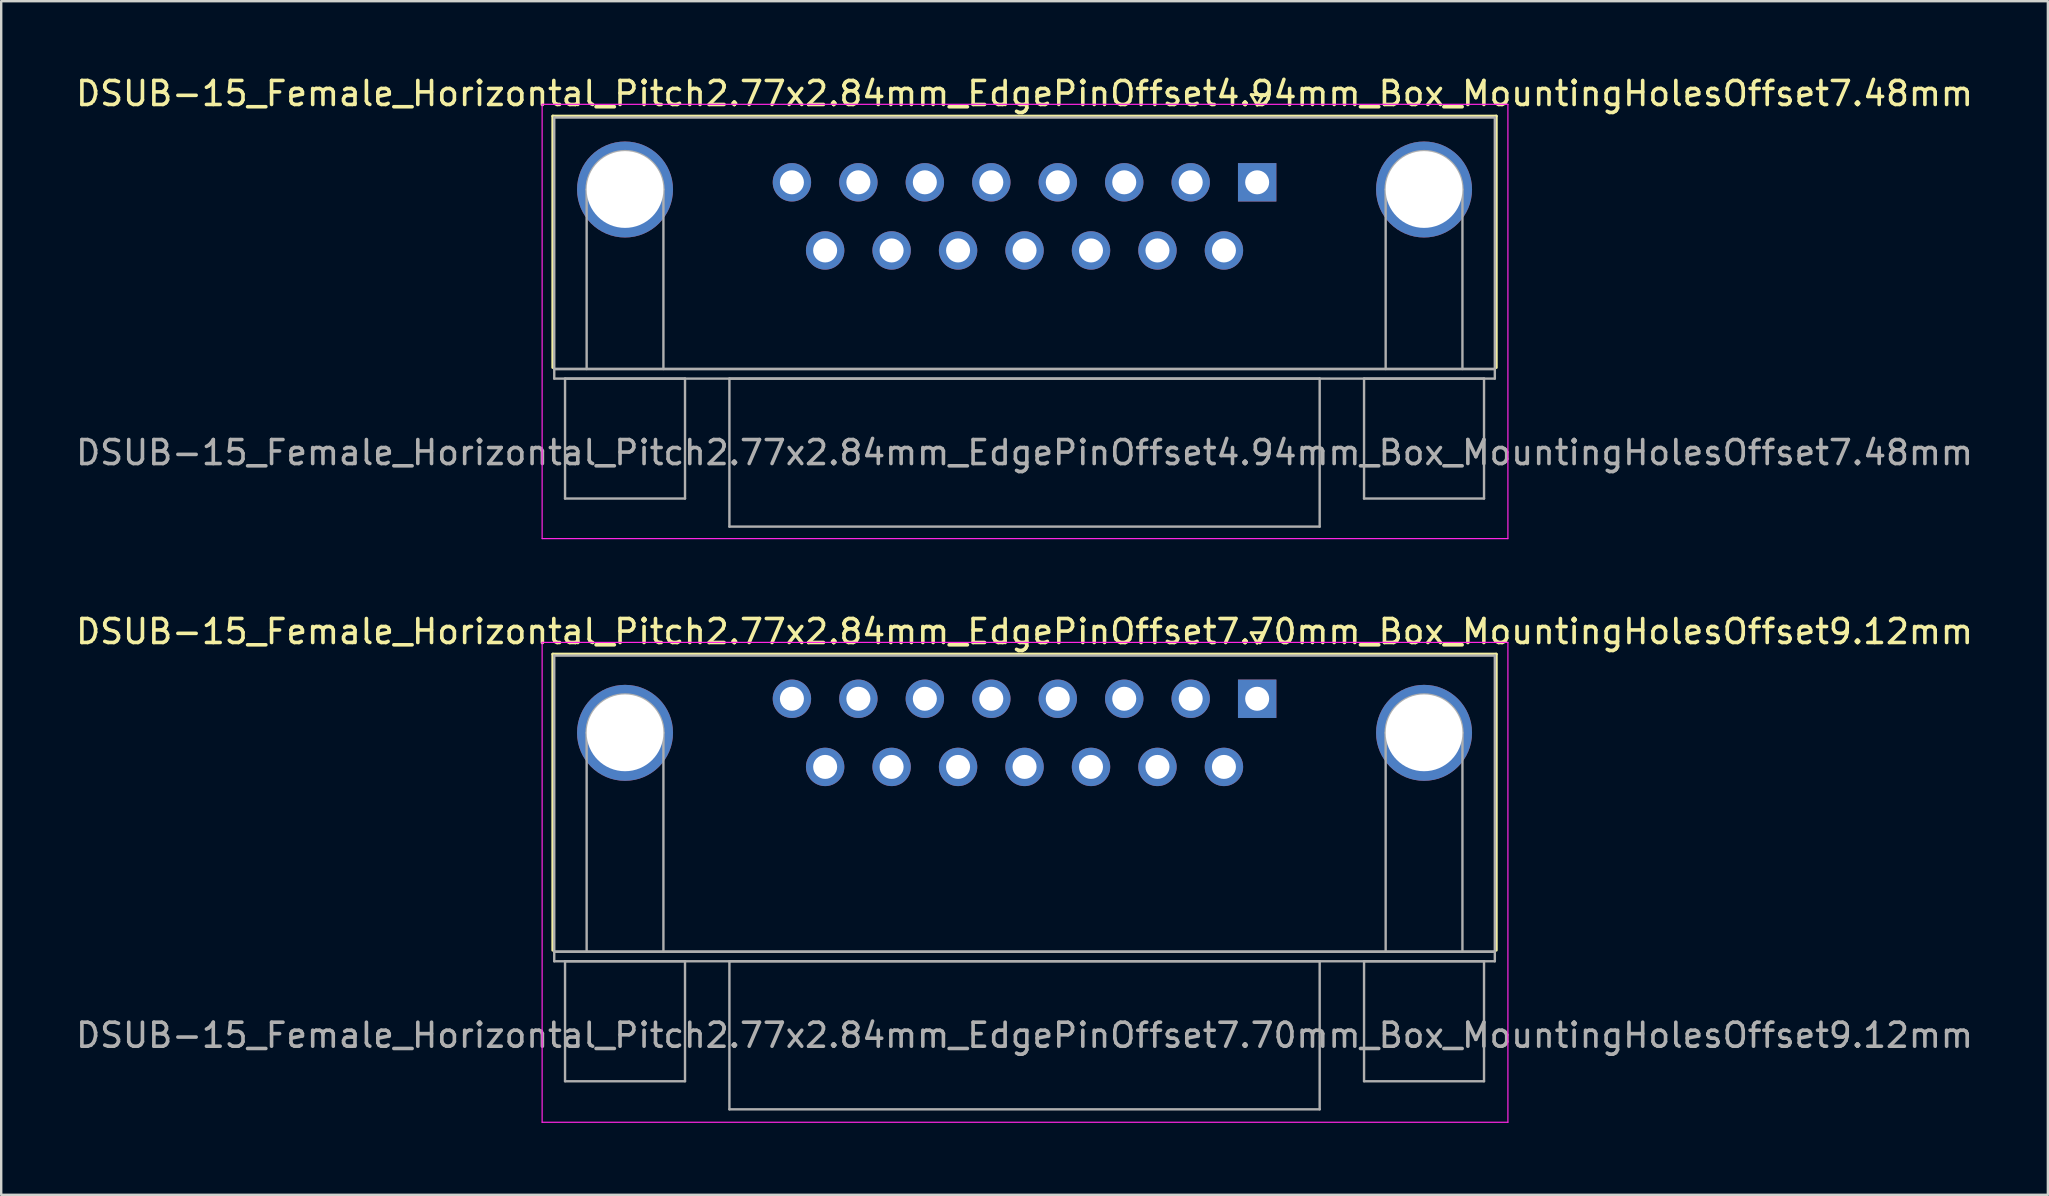
<source format=kicad_pcb>
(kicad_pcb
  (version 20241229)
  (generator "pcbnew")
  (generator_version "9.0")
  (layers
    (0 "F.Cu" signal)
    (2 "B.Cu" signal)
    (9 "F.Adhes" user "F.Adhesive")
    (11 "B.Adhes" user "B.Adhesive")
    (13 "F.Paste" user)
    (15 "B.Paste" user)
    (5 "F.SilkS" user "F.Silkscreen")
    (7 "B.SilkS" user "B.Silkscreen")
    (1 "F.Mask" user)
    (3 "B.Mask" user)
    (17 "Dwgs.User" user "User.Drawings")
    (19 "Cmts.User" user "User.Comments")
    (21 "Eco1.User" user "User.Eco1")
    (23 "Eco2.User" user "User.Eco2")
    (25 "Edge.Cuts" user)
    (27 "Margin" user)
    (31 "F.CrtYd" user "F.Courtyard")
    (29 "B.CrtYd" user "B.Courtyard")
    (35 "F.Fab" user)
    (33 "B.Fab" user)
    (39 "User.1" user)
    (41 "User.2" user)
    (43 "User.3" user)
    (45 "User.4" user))
  (footprint "DSUB-15_Female_Horizontal_Pitch2.77x2.84mm_EdgePinOffset7.70mm_Box_MountingHolesOffset9.12mm"
    (layer "F.Cu")
    (at 49.344 26.072)
    (property "Reference" "DSUB-15_Female_Horizontal_Pitch2.77x2.84mm_EdgePinOffset7.70mm_Box_MountingHolesOffset9.12mm" (at -9.695 -2.8 0) (layer "F.SilkS") (effects (font (size 1 1) (thickness 0.15))))
    (attr through_hole)
    (fp_line (start -29.355 -1.86) (end 9.965 -1.86) (stroke (width 0.12) (type solid)) (layer "F.SilkS"))
    (fp_line (start -29.355 10.48) (end -29.355 -1.86) (stroke (width 0.12) (type solid)) (layer "F.SilkS"))
    (fp_line (start -0.25 -2.754) (end 0.25 -2.754) (stroke (width 0.12) (type solid)) (layer "F.SilkS"))
    (fp_line (start 0 -2.321) (end -0.25 -2.754) (stroke (width 0.12) (type solid)) (layer "F.SilkS"))
    (fp_line (start 0.25 -2.754) (end 0 -2.321) (stroke (width 0.12) (type solid)) (layer "F.SilkS"))
    (fp_line (start 9.965 -1.86) (end 9.965 10.48) (stroke (width 0.12) (type solid)) (layer "F.SilkS"))
    (fp_line (start -29.8 -2.35) (end -29.8 17.65) (stroke (width 0.05) (type solid)) (layer "F.CrtYd"))
    (fp_line (start -29.8 17.65) (end 10.45 17.65) (stroke (width 0.05) (type solid)) (layer "F.CrtYd"))
    (fp_line (start 10.45 -2.35) (end -29.8 -2.35) (stroke (width 0.05) (type solid)) (layer "F.CrtYd"))
    (fp_line (start 10.45 17.65) (end 10.45 -2.35) (stroke (width 0.05) (type solid)) (layer "F.CrtYd"))
    (fp_line (start -29.295 -1.8) (end -29.295 10.54) (stroke (width 0.1) (type solid)) (layer "F.Fab"))
    (fp_line (start -29.295 10.54) (end -29.295 10.94) (stroke (width 0.1) (type solid)) (layer "F.Fab"))
    (fp_line (start -29.295 10.54) (end 9.905 10.54) (stroke (width 0.1) (type solid)) (layer "F.Fab"))
    (fp_line (start -29.295 10.94) (end 9.905 10.94) (stroke (width 0.1) (type solid)) (layer "F.Fab"))
    (fp_line (start -28.845 10.94) (end -28.845 15.94) (stroke (width 0.1) (type solid)) (layer "F.Fab"))
    (fp_line (start -28.845 15.94) (end -23.845 15.94) (stroke (width 0.1) (type solid)) (layer "F.Fab"))
    (fp_line (start -27.945 10.54) (end -27.945 1.42) (stroke (width 0.1) (type solid)) (layer "F.Fab"))
    (fp_line (start -24.745 10.54) (end -24.745 1.42) (stroke (width 0.1) (type solid)) (layer "F.Fab"))
    (fp_line (start -23.845 10.94) (end -28.845 10.94) (stroke (width 0.1) (type solid)) (layer "F.Fab"))
    (fp_line (start -23.845 15.94) (end -23.845 10.94) (stroke (width 0.1) (type solid)) (layer "F.Fab"))
    (fp_line (start -21.995 10.94) (end -21.995 17.11) (stroke (width 0.1) (type solid)) (layer "F.Fab"))
    (fp_line (start -21.995 17.11) (end 2.605 17.11) (stroke (width 0.1) (type solid)) (layer "F.Fab"))
    (fp_line (start 2.605 10.94) (end -21.995 10.94) (stroke (width 0.1) (type solid)) (layer "F.Fab"))
    (fp_line (start 2.605 17.11) (end 2.605 10.94) (stroke (width 0.1) (type solid)) (layer "F.Fab"))
    (fp_line (start 4.455 10.94) (end 4.455 15.94) (stroke (width 0.1) (type solid)) (layer "F.Fab"))
    (fp_line (start 4.455 15.94) (end 9.455 15.94) (stroke (width 0.1) (type solid)) (layer "F.Fab"))
    (fp_line (start 5.355 10.54) (end 5.355 1.42) (stroke (width 0.1) (type solid)) (layer "F.Fab"))
    (fp_line (start 8.555 10.54) (end 8.555 1.42) (stroke (width 0.1) (type solid)) (layer "F.Fab"))
    (fp_line (start 9.455 10.94) (end 4.455 10.94) (stroke (width 0.1) (type solid)) (layer "F.Fab"))
    (fp_line (start 9.455 15.94) (end 9.455 10.94) (stroke (width 0.1) (type solid)) (layer "F.Fab"))
    (fp_line (start 9.905 -1.8) (end -29.295 -1.8) (stroke (width 0.1) (type solid)) (layer "F.Fab"))
    (fp_line (start 9.905 10.54) (end -29.295 10.54) (stroke (width 0.1) (type solid)) (layer "F.Fab"))
    (fp_line (start 9.905 10.54) (end 9.905 -1.8) (stroke (width 0.1) (type solid)) (layer "F.Fab"))
    (fp_line (start 9.905 10.94) (end 9.905 10.54) (stroke (width 0.1) (type solid)) (layer "F.Fab"))
    (fp_arc (start -27.945 1.42) (mid -26.345 -0.18) (end -24.745 1.42) (stroke (width 0.1) (type solid)) (layer "F.Fab"))
    (fp_arc (start 5.355 1.42) (mid 6.955 -0.18) (end 8.555 1.42) (stroke (width 0.1) (type solid)) (layer "F.Fab"))
    (fp_text user "${REFERENCE}" (at -9.695 14.025 0) (layer "F.Fab") (effects (font (size 1 1) (thickness 0.15))))
    (pad "0" thru_hole circle (at -26.345 1.42) (size 4 4) (drill 3.2) (layers "*.Cu" "*.Mask"))
    (pad "0" thru_hole circle (at 6.955 1.42) (size 4 4) (drill 3.2) (layers "*.Cu" "*.Mask"))
    (pad "1" thru_hole rect (at 0 0) (size 1.6 1.6) (drill 1) (layers "*.Cu" "*.Mask"))
    (pad "2" thru_hole circle (at -2.77 0) (size 1.6 1.6) (drill 1) (layers "*.Cu" "*.Mask"))
    (pad "3" thru_hole circle (at -5.54 0) (size 1.6 1.6) (drill 1) (layers "*.Cu" "*.Mask"))
    (pad "4" thru_hole circle (at -8.31 0) (size 1.6 1.6) (drill 1) (layers "*.Cu" "*.Mask"))
    (pad "5" thru_hole circle (at -11.08 0) (size 1.6 1.6) (drill 1) (layers "*.Cu" "*.Mask"))
    (pad "6" thru_hole circle (at -13.85 0) (size 1.6 1.6) (drill 1) (layers "*.Cu" "*.Mask"))
    (pad "7" thru_hole circle (at -16.62 0) (size 1.6 1.6) (drill 1) (layers "*.Cu" "*.Mask"))
    (pad "8" thru_hole circle (at -19.39 0) (size 1.6 1.6) (drill 1) (layers "*.Cu" "*.Mask"))
    (pad "9" thru_hole circle (at -1.385 2.84) (size 1.6 1.6) (drill 1) (layers "*.Cu" "*.Mask"))
    (pad "10" thru_hole circle (at -4.155 2.84) (size 1.6 1.6) (drill 1) (layers "*.Cu" "*.Mask"))
    (pad "11" thru_hole circle (at -6.925 2.84) (size 1.6 1.6) (drill 1) (layers "*.Cu" "*.Mask"))
    (pad "12" thru_hole circle (at -9.695 2.84) (size 1.6 1.6) (drill 1) (layers "*.Cu" "*.Mask"))
    (pad "13" thru_hole circle (at -12.465 2.84) (size 1.6 1.6) (drill 1) (layers "*.Cu" "*.Mask"))
    (pad "14" thru_hole circle (at -15.235 2.84) (size 1.6 1.6) (drill 1) (layers "*.Cu" "*.Mask"))
    (pad "15" thru_hole circle (at -18.005 2.84) (size 1.6 1.6) (drill 1) (layers "*.Cu" "*.Mask")))
  (footprint "DSUB-15_Female_Horizontal_Pitch2.77x2.84mm_EdgePinOffset4.94mm_Box_MountingHolesOffset7.48mm"
    (layer "F.Cu")
    (at 49.344 4.548)
    (property "Reference" "DSUB-15_Female_Horizontal_Pitch2.77x2.84mm_EdgePinOffset4.94mm_Box_MountingHolesOffset7.48mm" (at -9.695 -3.7 0) (layer "F.SilkS") (effects (font (size 1 1) (thickness 0.15))))
    (attr through_hole)
    (fp_line (start -29.355 -2.76) (end 9.965 -2.76) (stroke (width 0.12) (type solid)) (layer "F.SilkS"))
    (fp_line (start -29.355 7.72) (end -29.355 -2.76) (stroke (width 0.12) (type solid)) (layer "F.SilkS"))
    (fp_line (start -0.25 -3.654) (end 0.25 -3.654) (stroke (width 0.12) (type solid)) (layer "F.SilkS"))
    (fp_line (start 0 -3.221) (end -0.25 -3.654) (stroke (width 0.12) (type solid)) (layer "F.SilkS"))
    (fp_line (start 0.25 -3.654) (end 0 -3.221) (stroke (width 0.12) (type solid)) (layer "F.SilkS"))
    (fp_line (start 9.965 -2.76) (end 9.965 7.72) (stroke (width 0.12) (type solid)) (layer "F.SilkS"))
    (fp_line (start -29.8 -3.25) (end -29.8 14.85) (stroke (width 0.05) (type solid)) (layer "F.CrtYd"))
    (fp_line (start -29.8 14.85) (end 10.45 14.85) (stroke (width 0.05) (type solid)) (layer "F.CrtYd"))
    (fp_line (start 10.45 -3.25) (end -29.8 -3.25) (stroke (width 0.05) (type solid)) (layer "F.CrtYd"))
    (fp_line (start 10.45 14.85) (end 10.45 -3.25) (stroke (width 0.05) (type solid)) (layer "F.CrtYd"))
    (fp_line (start -29.295 -2.7) (end -29.295 7.78) (stroke (width 0.1) (type solid)) (layer "F.Fab"))
    (fp_line (start -29.295 7.78) (end -29.295 8.18) (stroke (width 0.1) (type solid)) (layer "F.Fab"))
    (fp_line (start -29.295 7.78) (end 9.905 7.78) (stroke (width 0.1) (type solid)) (layer "F.Fab"))
    (fp_line (start -29.295 8.18) (end 9.905 8.18) (stroke (width 0.1) (type solid)) (layer "F.Fab"))
    (fp_line (start -28.845 8.18) (end -28.845 13.18) (stroke (width 0.1) (type solid)) (layer "F.Fab"))
    (fp_line (start -28.845 13.18) (end -23.845 13.18) (stroke (width 0.1) (type solid)) (layer "F.Fab"))
    (fp_line (start -27.945 7.78) (end -27.945 0.3) (stroke (width 0.1) (type solid)) (layer "F.Fab"))
    (fp_line (start -24.745 7.78) (end -24.745 0.3) (stroke (width 0.1) (type solid)) (layer "F.Fab"))
    (fp_line (start -23.845 8.18) (end -28.845 8.18) (stroke (width 0.1) (type solid)) (layer "F.Fab"))
    (fp_line (start -23.845 13.18) (end -23.845 8.18) (stroke (width 0.1) (type solid)) (layer "F.Fab"))
    (fp_line (start -21.995 8.18) (end -21.995 14.35) (stroke (width 0.1) (type solid)) (layer "F.Fab"))
    (fp_line (start -21.995 14.35) (end 2.605 14.35) (stroke (width 0.1) (type solid)) (layer "F.Fab"))
    (fp_line (start 2.605 8.18) (end -21.995 8.18) (stroke (width 0.1) (type solid)) (layer "F.Fab"))
    (fp_line (start 2.605 14.35) (end 2.605 8.18) (stroke (width 0.1) (type solid)) (layer "F.Fab"))
    (fp_line (start 4.455 8.18) (end 4.455 13.18) (stroke (width 0.1) (type solid)) (layer "F.Fab"))
    (fp_line (start 4.455 13.18) (end 9.455 13.18) (stroke (width 0.1) (type solid)) (layer "F.Fab"))
    (fp_line (start 5.355 7.78) (end 5.355 0.3) (stroke (width 0.1) (type solid)) (layer "F.Fab"))
    (fp_line (start 8.555 7.78) (end 8.555 0.3) (stroke (width 0.1) (type solid)) (layer "F.Fab"))
    (fp_line (start 9.455 8.18) (end 4.455 8.18) (stroke (width 0.1) (type solid)) (layer "F.Fab"))
    (fp_line (start 9.455 13.18) (end 9.455 8.18) (stroke (width 0.1) (type solid)) (layer "F.Fab"))
    (fp_line (start 9.905 -2.7) (end -29.295 -2.7) (stroke (width 0.1) (type solid)) (layer "F.Fab"))
    (fp_line (start 9.905 7.78) (end -29.295 7.78) (stroke (width 0.1) (type solid)) (layer "F.Fab"))
    (fp_line (start 9.905 7.78) (end 9.905 -2.7) (stroke (width 0.1) (type solid)) (layer "F.Fab"))
    (fp_line (start 9.905 8.18) (end 9.905 7.78) (stroke (width 0.1) (type solid)) (layer "F.Fab"))
    (fp_arc (start -27.945 0.3) (mid -26.345 -1.3) (end -24.745 0.3) (stroke (width 0.1) (type solid)) (layer "F.Fab"))
    (fp_arc (start 5.355 0.3) (mid 6.955 -1.3) (end 8.555 0.3) (stroke (width 0.1) (type solid)) (layer "F.Fab"))
    (fp_text user "${REFERENCE}" (at -9.695 11.265 0) (layer "F.Fab") (effects (font (size 1 1) (thickness 0.15))))
    (pad "0" thru_hole circle (at -26.345 0.3) (size 4 4) (drill 3.2) (layers "*.Cu" "*.Mask"))
    (pad "0" thru_hole circle (at 6.955 0.3) (size 4 4) (drill 3.2) (layers "*.Cu" "*.Mask"))
    (pad "1" thru_hole rect (at 0 0) (size 1.6 1.6) (drill 1) (layers "*.Cu" "*.Mask"))
    (pad "2" thru_hole circle (at -2.77 0) (size 1.6 1.6) (drill 1) (layers "*.Cu" "*.Mask"))
    (pad "3" thru_hole circle (at -5.54 0) (size 1.6 1.6) (drill 1) (layers "*.Cu" "*.Mask"))
    (pad "4" thru_hole circle (at -8.31 0) (size 1.6 1.6) (drill 1) (layers "*.Cu" "*.Mask"))
    (pad "5" thru_hole circle (at -11.08 0) (size 1.6 1.6) (drill 1) (layers "*.Cu" "*.Mask"))
    (pad "6" thru_hole circle (at -13.85 0) (size 1.6 1.6) (drill 1) (layers "*.Cu" "*.Mask"))
    (pad "7" thru_hole circle (at -16.62 0) (size 1.6 1.6) (drill 1) (layers "*.Cu" "*.Mask"))
    (pad "8" thru_hole circle (at -19.39 0) (size 1.6 1.6) (drill 1) (layers "*.Cu" "*.Mask"))
    (pad "9" thru_hole circle (at -1.385 2.84) (size 1.6 1.6) (drill 1) (layers "*.Cu" "*.Mask"))
    (pad "10" thru_hole circle (at -4.155 2.84) (size 1.6 1.6) (drill 1) (layers "*.Cu" "*.Mask"))
    (pad "11" thru_hole circle (at -6.925 2.84) (size 1.6 1.6) (drill 1) (layers "*.Cu" "*.Mask"))
    (pad "12" thru_hole circle (at -9.695 2.84) (size 1.6 1.6) (drill 1) (layers "*.Cu" "*.Mask"))
    (pad "13" thru_hole circle (at -12.465 2.84) (size 1.6 1.6) (drill 1) (layers "*.Cu" "*.Mask"))
    (pad "14" thru_hole circle (at -15.235 2.84) (size 1.6 1.6) (drill 1) (layers "*.Cu" "*.Mask"))
    (pad "15" thru_hole circle (at -18.005 2.84) (size 1.6 1.6) (drill 1) (layers "*.Cu" "*.Mask")))
  (gr_rect
    (start -3 -3)
    (end 82.298 46.746)
    (stroke (width 0.1) (type default))
    (fill no)
    (layer "Edge.Cuts")))
</source>
